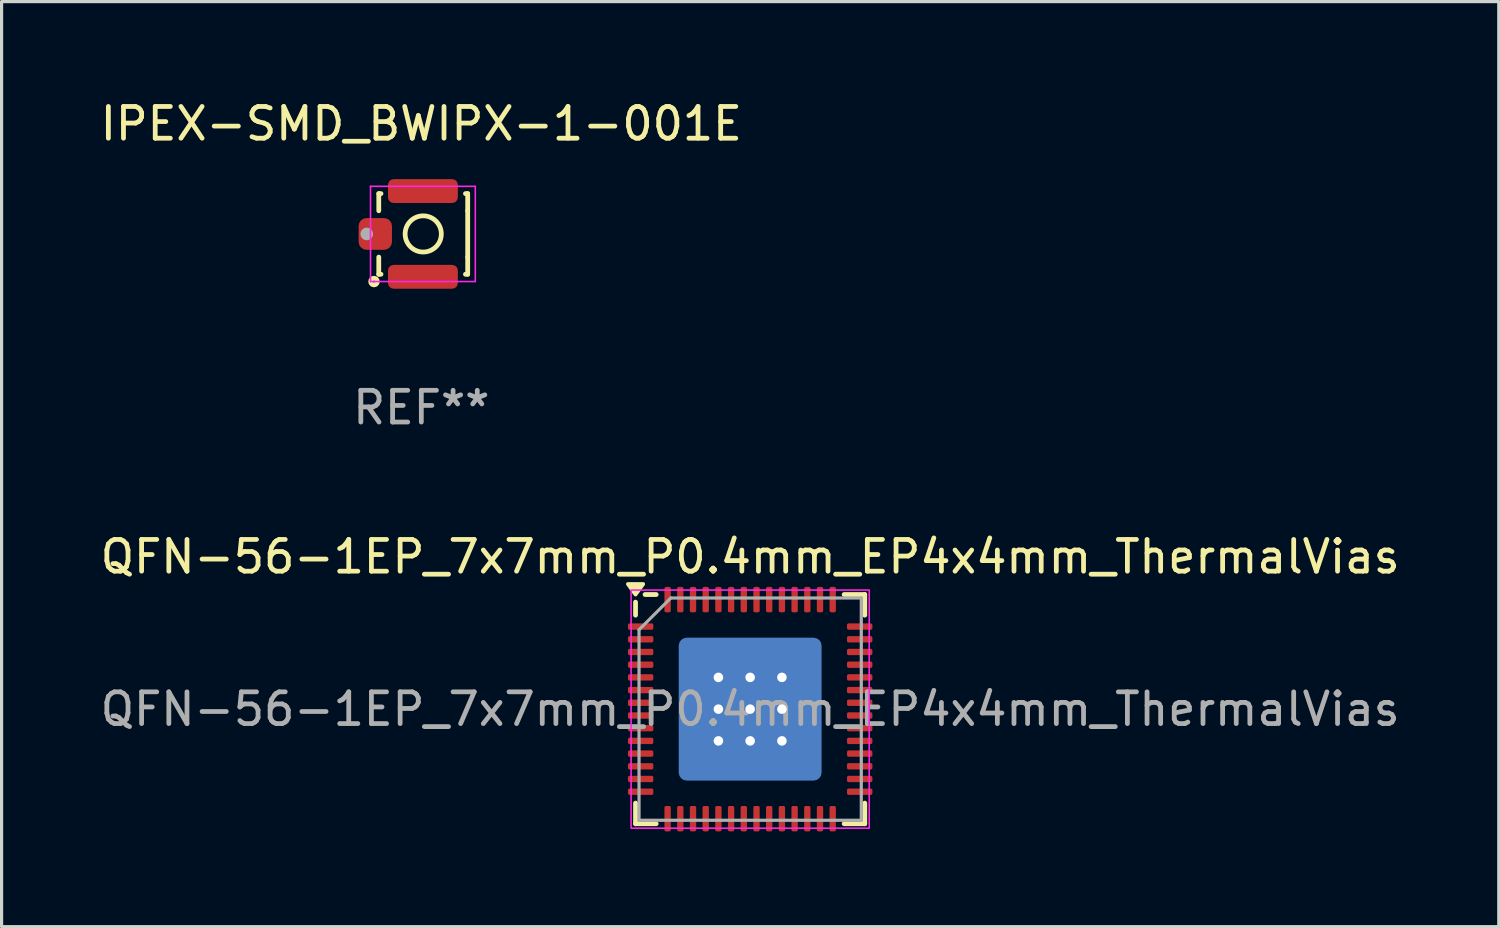
<source format=kicad_pcb>
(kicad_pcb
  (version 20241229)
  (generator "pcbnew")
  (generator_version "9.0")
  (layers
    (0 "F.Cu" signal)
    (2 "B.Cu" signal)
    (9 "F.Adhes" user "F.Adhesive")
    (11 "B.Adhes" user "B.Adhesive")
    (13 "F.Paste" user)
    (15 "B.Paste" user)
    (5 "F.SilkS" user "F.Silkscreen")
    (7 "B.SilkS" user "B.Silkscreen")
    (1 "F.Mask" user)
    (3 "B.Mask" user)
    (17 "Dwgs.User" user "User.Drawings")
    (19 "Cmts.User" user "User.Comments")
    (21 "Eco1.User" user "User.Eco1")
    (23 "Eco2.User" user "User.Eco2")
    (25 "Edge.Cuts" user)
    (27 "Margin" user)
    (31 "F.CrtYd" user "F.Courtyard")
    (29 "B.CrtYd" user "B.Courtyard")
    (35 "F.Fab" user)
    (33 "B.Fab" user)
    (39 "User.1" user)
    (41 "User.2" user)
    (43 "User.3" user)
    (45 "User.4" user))
  (footprint "QFN-56-1EP_7x7mm_P0.4mm_EP4x4mm_ThermalVias"
    (layer "F.Cu")
    (at 20.577 19.285)
    (property "Reference" "QFN-56-1EP_7x7mm_P0.4mm_EP4x4mm_ThermalVias" (at 0 -4.8 180) (layer "F.SilkS") (effects (font (size 1 1) (thickness 0.15))))
    (attr through_hole)
    (fp_line (start -3.61 -2.96) (end -3.61 -3.37) (stroke (width 0.15) (type solid)) (layer "F.SilkS"))
    (fp_line (start -3.61 3.61) (end -3.61 2.96) (stroke (width 0.15) (type solid)) (layer "F.SilkS"))
    (fp_line (start -2.96 -3.61) (end -3.31 -3.61) (stroke (width 0.15) (type solid)) (layer "F.SilkS"))
    (fp_line (start -2.96 3.61) (end -3.61 3.61) (stroke (width 0.15) (type solid)) (layer "F.SilkS"))
    (fp_line (start 2.96 -3.61) (end 3.61 -3.61) (stroke (width 0.15) (type solid)) (layer "F.SilkS"))
    (fp_line (start 2.96 3.61) (end 3.61 3.61) (stroke (width 0.15) (type solid)) (layer "F.SilkS"))
    (fp_line (start 3.61 -3.61) (end 3.61 -2.96) (stroke (width 0.15) (type solid)) (layer "F.SilkS"))
    (fp_line (start 3.61 3.61) (end 3.61 2.96) (stroke (width 0.15) (type solid)) (layer "F.SilkS"))
    (fp_poly (pts (xy -3.61 -3.61) (xy -3.85 -3.94) (xy -3.37 -3.94) (xy -3.61 -3.61)) (stroke (width 0.12) (type solid)) (fill yes) (layer "F.SilkS"))
    (fp_rect (start -3.75 -3.75) (end 3.75 3.75) (stroke (width 0.05) (type solid)) (fill no) (layer "F.CrtYd"))
    (fp_line (start -3.5 -2.5) (end -2.5 -3.5) (stroke (width 0.1) (type solid)) (layer "F.Fab"))
    (fp_line (start -3.5 3.5) (end -3.5 -2.5) (stroke (width 0.1) (type solid)) (layer "F.Fab"))
    (fp_line (start -2.5 -3.5) (end 3.5 -3.5) (stroke (width 0.1) (type solid)) (layer "F.Fab"))
    (fp_line (start 3.5 -3.5) (end 3.5 3.5) (stroke (width 0.1) (type solid)) (layer "F.Fab"))
    (fp_line (start 3.5 3.5) (end -3.5 3.5) (stroke (width 0.1) (type solid)) (layer "F.Fab"))
    (fp_text user "${REFERENCE}" (at 0 0 180) (layer "F.Fab") (effects (font (size 1 1) (thickness 0.15))))
    (pad "" smd roundrect (at -0.88 -0.88) (size 1.55 1.55) (layers "F.Paste") (roundrect_rratio 0.161))
    (pad "" smd roundrect (at -0.88 0.88) (size 1.55 1.55) (layers "F.Paste") (roundrect_rratio 0.161))
    (pad "" smd roundrect (at 0.88 -0.88) (size 1.55 1.55) (layers "F.Paste") (roundrect_rratio 0.161))
    (pad "" smd roundrect (at 0.88 0.88) (size 1.55 1.55) (layers "F.Paste") (roundrect_rratio 0.161))
    (pad "1" smd roundrect (at -3.45 -2.6) (size 0.8 0.2) (layers "F.Cu" "F.Mask" "F.Paste") (roundrect_rratio 0.25))
    (pad "2" smd roundrect (at -3.45 -2.2) (size 0.8 0.2) (layers "F.Cu" "F.Mask" "F.Paste") (roundrect_rratio 0.25))
    (pad "3" smd roundrect (at -3.45 -1.8) (size 0.8 0.2) (layers "F.Cu" "F.Mask" "F.Paste") (roundrect_rratio 0.25))
    (pad "4" smd roundrect (at -3.45 -1.4) (size 0.8 0.2) (layers "F.Cu" "F.Mask" "F.Paste") (roundrect_rratio 0.25))
    (pad "5" smd roundrect (at -3.45 -1) (size 0.8 0.2) (layers "F.Cu" "F.Mask" "F.Paste") (roundrect_rratio 0.25))
    (pad "6" smd roundrect (at -3.45 -0.6) (size 0.8 0.2) (layers "F.Cu" "F.Mask" "F.Paste") (roundrect_rratio 0.25))
    (pad "7" smd roundrect (at -3.45 -0.2) (size 0.8 0.2) (layers "F.Cu" "F.Mask" "F.Paste") (roundrect_rratio 0.25))
    (pad "8" smd roundrect (at -3.45 0.2) (size 0.8 0.2) (layers "F.Cu" "F.Mask" "F.Paste") (roundrect_rratio 0.25))
    (pad "9" smd roundrect (at -3.45 0.6) (size 0.8 0.2) (layers "F.Cu" "F.Mask" "F.Paste") (roundrect_rratio 0.25))
    (pad "10" smd roundrect (at -3.45 1) (size 0.8 0.2) (layers "F.Cu" "F.Mask" "F.Paste") (roundrect_rratio 0.25))
    (pad "11" smd roundrect (at -3.45 1.4) (size 0.8 0.2) (layers "F.Cu" "F.Mask" "F.Paste") (roundrect_rratio 0.25))
    (pad "12" smd roundrect (at -3.45 1.8) (size 0.8 0.2) (layers "F.Cu" "F.Mask" "F.Paste") (roundrect_rratio 0.25))
    (pad "13" smd roundrect (at -3.45 2.2) (size 0.8 0.2) (layers "F.Cu" "F.Mask" "F.Paste") (roundrect_rratio 0.25))
    (pad "14" smd roundrect (at -3.45 2.6) (size 0.8 0.2) (layers "F.Cu" "F.Mask" "F.Paste") (roundrect_rratio 0.25))
    (pad "15" smd roundrect (at -2.6 3.45) (size 0.2 0.8) (layers "F.Cu" "F.Mask" "F.Paste") (roundrect_rratio 0.25))
    (pad "16" smd roundrect (at -2.2 3.45) (size 0.2 0.8) (layers "F.Cu" "F.Mask" "F.Paste") (roundrect_rratio 0.25))
    (pad "17" smd roundrect (at -1.8 3.45) (size 0.2 0.8) (layers "F.Cu" "F.Mask" "F.Paste") (roundrect_rratio 0.25))
    (pad "18" smd roundrect (at -1.4 3.45) (size 0.2 0.8) (layers "F.Cu" "F.Mask" "F.Paste") (roundrect_rratio 0.25))
    (pad "19" smd roundrect (at -1 3.45) (size 0.2 0.8) (layers "F.Cu" "F.Mask" "F.Paste") (roundrect_rratio 0.25))
    (pad "20" smd roundrect (at -0.6 3.45) (size 0.2 0.8) (layers "F.Cu" "F.Mask" "F.Paste") (roundrect_rratio 0.25))
    (pad "21" smd roundrect (at -0.2 3.45) (size 0.2 0.8) (layers "F.Cu" "F.Mask" "F.Paste") (roundrect_rratio 0.25))
    (pad "22" smd roundrect (at 0.2 3.45) (size 0.2 0.8) (layers "F.Cu" "F.Mask" "F.Paste") (roundrect_rratio 0.25))
    (pad "23" smd roundrect (at 0.6 3.45) (size 0.2 0.8) (layers "F.Cu" "F.Mask" "F.Paste") (roundrect_rratio 0.25))
    (pad "24" smd roundrect (at 1 3.45) (size 0.2 0.8) (layers "F.Cu" "F.Mask" "F.Paste") (roundrect_rratio 0.25))
    (pad "25" smd roundrect (at 1.4 3.45) (size 0.2 0.8) (layers "F.Cu" "F.Mask" "F.Paste") (roundrect_rratio 0.25))
    (pad "26" smd roundrect (at 1.8 3.45) (size 0.2 0.8) (layers "F.Cu" "F.Mask" "F.Paste") (roundrect_rratio 0.25))
    (pad "27" smd roundrect (at 2.2 3.45) (size 0.2 0.8) (layers "F.Cu" "F.Mask" "F.Paste") (roundrect_rratio 0.25))
    (pad "28" smd roundrect (at 2.6 3.45) (size 0.2 0.8) (layers "F.Cu" "F.Mask" "F.Paste") (roundrect_rratio 0.25))
    (pad "29" smd roundrect (at 3.45 2.6) (size 0.8 0.2) (layers "F.Cu" "F.Mask" "F.Paste") (roundrect_rratio 0.25))
    (pad "30" smd roundrect (at 3.45 2.2) (size 0.8 0.2) (layers "F.Cu" "F.Mask" "F.Paste") (roundrect_rratio 0.25))
    (pad "31" smd roundrect (at 3.45 1.8) (size 0.8 0.2) (layers "F.Cu" "F.Mask" "F.Paste") (roundrect_rratio 0.25))
    (pad "32" smd roundrect (at 3.45 1.4) (size 0.8 0.2) (layers "F.Cu" "F.Mask" "F.Paste") (roundrect_rratio 0.25))
    (pad "33" smd roundrect (at 3.45 1) (size 0.8 0.2) (layers "F.Cu" "F.Mask" "F.Paste") (roundrect_rratio 0.25))
    (pad "34" smd roundrect (at 3.45 0.6) (size 0.8 0.2) (layers "F.Cu" "F.Mask" "F.Paste") (roundrect_rratio 0.25))
    (pad "35" smd roundrect (at 3.45 0.2) (size 0.8 0.2) (layers "F.Cu" "F.Mask" "F.Paste") (roundrect_rratio 0.25))
    (pad "36" smd roundrect (at 3.45 -0.2) (size 0.8 0.2) (layers "F.Cu" "F.Mask" "F.Paste") (roundrect_rratio 0.25))
    (pad "37" smd roundrect (at 3.45 -0.6) (size 0.8 0.2) (layers "F.Cu" "F.Mask" "F.Paste") (roundrect_rratio 0.25))
    (pad "38" smd roundrect (at 3.45 -1) (size 0.8 0.2) (layers "F.Cu" "F.Mask" "F.Paste") (roundrect_rratio 0.25))
    (pad "39" smd roundrect (at 3.45 -1.4) (size 0.8 0.2) (layers "F.Cu" "F.Mask" "F.Paste") (roundrect_rratio 0.25))
    (pad "40" smd roundrect (at 3.45 -1.8) (size 0.8 0.2) (layers "F.Cu" "F.Mask" "F.Paste") (roundrect_rratio 0.25))
    (pad "41" smd roundrect (at 3.45 -2.2) (size 0.8 0.2) (layers "F.Cu" "F.Mask" "F.Paste") (roundrect_rratio 0.25))
    (pad "42" smd roundrect (at 3.45 -2.6) (size 0.8 0.2) (layers "F.Cu" "F.Mask" "F.Paste") (roundrect_rratio 0.25))
    (pad "43" smd roundrect (at 2.6 -3.45) (size 0.2 0.8) (layers "F.Cu" "F.Mask" "F.Paste") (roundrect_rratio 0.25))
    (pad "44" smd roundrect (at 2.2 -3.45) (size 0.2 0.8) (layers "F.Cu" "F.Mask" "F.Paste") (roundrect_rratio 0.25))
    (pad "45" smd roundrect (at 1.8 -3.45) (size 0.2 0.8) (layers "F.Cu" "F.Mask" "F.Paste") (roundrect_rratio 0.25))
    (pad "46" smd roundrect (at 1.4 -3.45) (size 0.2 0.8) (layers "F.Cu" "F.Mask" "F.Paste") (roundrect_rratio 0.25))
    (pad "47" smd roundrect (at 1 -3.45) (size 0.2 0.8) (layers "F.Cu" "F.Mask" "F.Paste") (roundrect_rratio 0.25))
    (pad "48" smd roundrect (at 0.6 -3.45) (size 0.2 0.8) (layers "F.Cu" "F.Mask" "F.Paste") (roundrect_rratio 0.25))
    (pad "49" smd roundrect (at 0.2 -3.45) (size 0.2 0.8) (layers "F.Cu" "F.Mask" "F.Paste") (roundrect_rratio 0.25))
    (pad "50" smd roundrect (at -0.2 -3.45) (size 0.2 0.8) (layers "F.Cu" "F.Mask" "F.Paste") (roundrect_rratio 0.25))
    (pad "51" smd roundrect (at -0.6 -3.45) (size 0.2 0.8) (layers "F.Cu" "F.Mask" "F.Paste") (roundrect_rratio 0.25))
    (pad "52" smd roundrect (at -1 -3.45) (size 0.2 0.8) (layers "F.Cu" "F.Mask" "F.Paste") (roundrect_rratio 0.25))
    (pad "53" smd roundrect (at -1.4 -3.45) (size 0.2 0.8) (layers "F.Cu" "F.Mask" "F.Paste") (roundrect_rratio 0.25))
    (pad "54" smd roundrect (at -1.8 -3.45) (size 0.2 0.8) (layers "F.Cu" "F.Mask" "F.Paste") (roundrect_rratio 0.25))
    (pad "55" smd roundrect (at -2.2 -3.45) (size 0.2 0.8) (layers "F.Cu" "F.Mask" "F.Paste") (roundrect_rratio 0.25))
    (pad "56" smd roundrect (at -2.6 -3.45) (size 0.2 0.8) (layers "F.Cu" "F.Mask" "F.Paste") (roundrect_rratio 0.25))
    (pad "57" thru_hole circle (at -1 -1) (size 0.5 0.5) (drill 0.3) (layers "*.Cu" "F.Mask"))
    (pad "57" thru_hole circle (at -1 0) (size 0.5 0.5) (drill 0.3) (layers "*.Cu" "F.Mask"))
    (pad "57" thru_hole circle (at -1 1) (size 0.5 0.5) (drill 0.3) (layers "*.Cu" "F.Mask"))
    (pad "57" thru_hole circle (at 0 -1) (size 0.5 0.5) (drill 0.3) (layers "*.Cu" "F.Mask"))
    (pad "57" thru_hole circle (at 0 0) (size 0.5 0.5) (drill 0.3) (layers "*.Cu" "F.Mask"))
    (pad "57" smd roundrect (at 0 0) (size 4 4) (property pad_prop_heatsink) (layers "F.Cu" "F.Mask") (roundrect_rratio 0.062))
    (pad "57" smd roundrect (at 0 0) (size 4.5 4.5) (property pad_prop_heatsink) (layers "B.Cu") (roundrect_rratio 0.056))
    (pad "57" thru_hole circle (at 0 1) (size 0.5 0.5) (drill 0.3) (layers "*.Cu" "F.Mask"))
    (pad "57" thru_hole circle (at 1 -1) (size 0.5 0.5) (drill 0.3) (layers "*.Cu" "F.Mask"))
    (pad "57" thru_hole circle (at 1 0) (size 0.5 0.5) (drill 0.3) (layers "*.Cu" "F.Mask"))
    (pad "57" thru_hole circle (at 1 1) (size 0.5 0.5) (drill 0.3) (layers "*.Cu" "F.Mask")))
  (footprint "IPEX-SMD_BWIPX-1-001E"
    (layer "F.Cu")
    (at 9.52 4.318)
    (property "Reference" "IPEX-SMD_BWIPX-1-001E" (at 0.7 -3.47 0) (layer "F.SilkS") (effects (font (size 1 1) (thickness 0.15))))
    (attr smd)
    (fp_line (start -0.64 -1.27) (end -0.64 -0.73) (stroke (width 0.15) (type solid)) (layer "F.SilkS"))
    (fp_line (start -0.64 0.73) (end -0.64 1.27) (stroke (width 0.15) (type solid)) (layer "F.SilkS"))
    (fp_line (start -0.64 1.27) (end -0.57 1.27) (stroke (width 0.15) (type solid)) (layer "F.SilkS"))
    (fp_line (start -0.57 -1.27) (end -0.64 -1.27) (stroke (width 0.15) (type solid)) (layer "F.SilkS"))
    (fp_line (start 2.09 1.27) (end 2.16 1.27) (stroke (width 0.15) (type solid)) (layer "F.SilkS"))
    (fp_line (start 2.16 -1.27) (end 2.09 -1.27) (stroke (width 0.15) (type solid)) (layer "F.SilkS"))
    (fp_line (start 2.16 -0.73) (end 2.16 -1.27) (stroke (width 0.15) (type solid)) (layer "F.SilkS"))
    (fp_line (start 2.16 -0.73) (end 2.16 0.73) (stroke (width 0.15) (type solid)) (layer "F.SilkS"))
    (fp_line (start 2.16 1.27) (end 2.16 0.73) (stroke (width 0.15) (type solid)) (layer "F.SilkS"))
    (fp_circle (center -0.79 1.5) (end -0.76 1.5) (stroke (width 0.15) (type solid)) (fill no) (layer "F.SilkS"))
    (fp_circle (center 0.76 0) (end 1.33 0) (stroke (width 0.15) (type solid)) (fill no) (layer "F.SilkS"))
    (fp_line (start -0.9 -1.5) (end 2.4 -1.5) (stroke (width 0.05) (type default)) (layer "F.CrtYd"))
    (fp_line (start -0.9 1.5) (end -0.9 -1.5) (stroke (width 0.05) (type default)) (layer "F.CrtYd"))
    (fp_line (start 2.4 -1.5) (end 2.4 1.5) (stroke (width 0.05) (type default)) (layer "F.CrtYd"))
    (fp_line (start 2.4 1.5) (end -0.9 1.5) (stroke (width 0.05) (type default)) (layer "F.CrtYd"))
    (fp_circle (center -1.02 0) (end -0.92 0) (stroke (width 0.2) (type solid)) (fill no) (layer "F.Fab"))
    (fp_text user "REF**" (at 0.7 5.47 0) (layer "F.Fab") (effects (font (size 1 1) (thickness 0.15))))
    (pad "1" smd roundrect (at -0.75 0 180) (size 1.05 1) (layers "F.Cu" "F.Mask" "F.Paste") (roundrect_rratio 0.25))
    (pad "2" smd roundrect (at 0.75 1.35 180) (size 2.2 0.75) (layers "F.Cu" "F.Mask" "F.Paste") (roundrect_rratio 0.238))
    (pad "3" smd roundrect (at 0.75 -1.35 180) (size 2.2 0.75) (layers "F.Cu" "F.Mask" "F.Paste") (roundrect_rratio 0.238)))
  (gr_rect
    (start -3 -3)
    (end 44.155 26.135)
    (stroke (width 0.1) (type default))
    (fill no)
    (layer "Edge.Cuts")))
</source>
